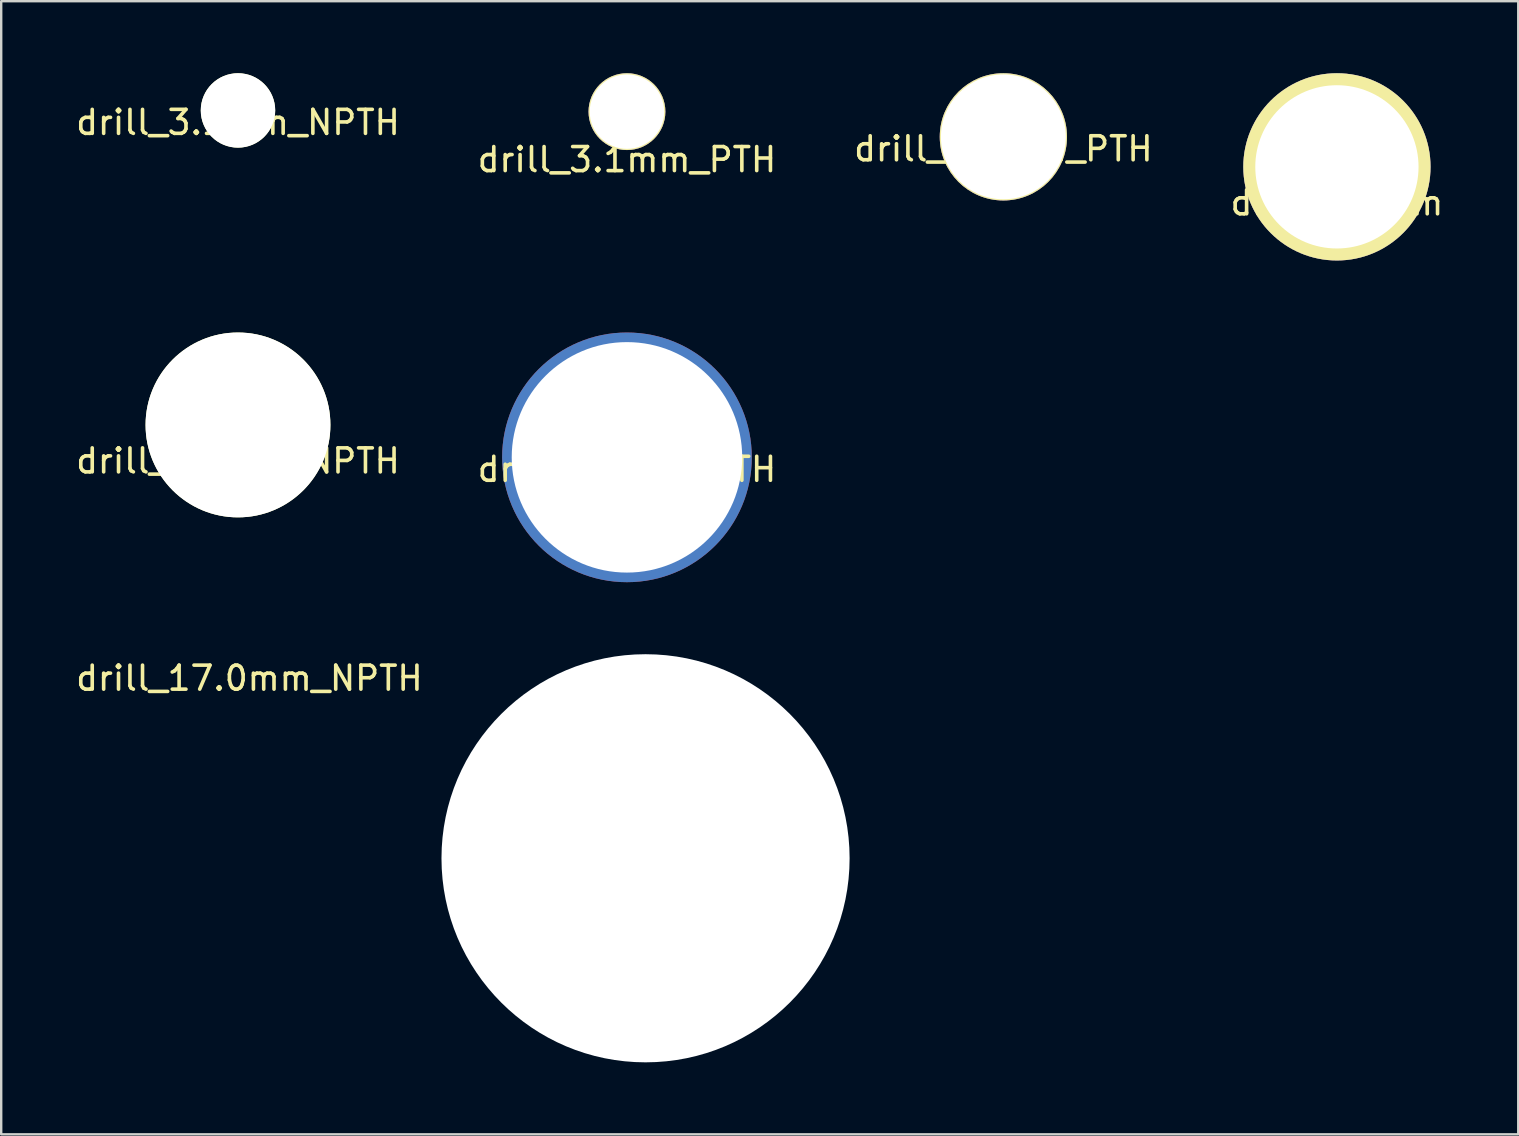
<source format=kicad_pcb>
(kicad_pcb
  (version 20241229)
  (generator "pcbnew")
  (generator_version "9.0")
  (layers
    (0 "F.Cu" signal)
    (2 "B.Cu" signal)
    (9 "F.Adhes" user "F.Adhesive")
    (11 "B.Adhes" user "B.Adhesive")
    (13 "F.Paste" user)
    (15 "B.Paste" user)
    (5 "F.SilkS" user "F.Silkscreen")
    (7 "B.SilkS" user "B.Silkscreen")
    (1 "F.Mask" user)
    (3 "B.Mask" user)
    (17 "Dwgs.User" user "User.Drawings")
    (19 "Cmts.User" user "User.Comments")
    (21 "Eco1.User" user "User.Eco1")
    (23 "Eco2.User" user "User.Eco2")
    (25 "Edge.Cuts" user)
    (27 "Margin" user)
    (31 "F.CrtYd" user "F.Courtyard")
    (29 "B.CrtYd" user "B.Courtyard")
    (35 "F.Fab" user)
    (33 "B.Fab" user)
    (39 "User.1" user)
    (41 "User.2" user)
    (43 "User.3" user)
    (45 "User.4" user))
  (footprint "drill_3.1mm_NPTH"
    (layer "F.Cu")
    (at 6.863 1.55)
    (property "Reference" "drill_3.1mm_NPTH" (at 0 0.5 0) (layer "F.SilkS") (effects (font (size 1 1) (thickness 0.15))))
    (attr through_hole)
    (pad "" np_thru_hole circle (at 0 0) (size 3.1 3.1) (drill 3.1) (layers "*.Cu" "*.Mask" "F.SilkS")))
  (footprint "drill_9.6mm_PTH"
    (layer "F.Cu")
    (at 23.065 16)
    (property "Reference" "drill_9.6mm_PTH" (at 0 0.5 0) (layer "F.SilkS") (effects (font (size 1 1) (thickness 0.15))))
    (attr through_hole)
    (pad "1" thru_hole circle (at 0 0) (size 10.4 10.4) (drill 9.6) (layers "*.Cu" "*.Mask")))
  (footprint "drill_6.8mm"
    (layer "F.Cu")
    (at 52.637 3.9)
    (property "Reference" "drill_6.8mm" (at 0 1.5 0) (layer "F.SilkS") (effects (font (size 1 1) (thickness 0.15))))
    (attr through_hole)
    (pad "1" thru_hole circle (at 0 0) (size 7.8 7.8) (drill 6.8) (layers "*.Cu" "*.Mask" "F.SilkS")))
  (footprint "drill_7.7mm_NPTH"
    (layer "F.Cu")
    (at 6.863 14.65)
    (property "Reference" "drill_7.7mm_NPTH" (at 0 1.5 0) (layer "F.SilkS") (effects (font (size 1 1) (thickness 0.15))))
    (attr through_hole)
    (pad "" np_thru_hole circle (at 0 0) (size 7.7 7.7) (drill 7.7) (layers "*.Cu" "*.Mask" "F.SilkS")))
  (footprint "drill_17.0mm_NPTH"
    (layer "F.Cu")
    (at 23.839 32.7)
    (property "Reference" "drill_17.0mm_NPTH" (at -16.5 -7.5 0) (layer "F.SilkS") (effects (font (size 1 1) (thickness 0.15))))
    (attr through_hole)
    (pad "" np_thru_hole circle (at 0 0) (size 17 17) (drill 17) (layers "*.Cu" "*.Mask")))
  (footprint "drill_5.2mm_PTH"
    (layer "F.Cu")
    (at 38.744 2.65)
    (property "Reference" "drill_5.2mm_PTH" (at 0 0.5 0) (layer "F.SilkS") (effects (font (size 1 1) (thickness 0.15))))
    (attr through_hole)
    (pad "1" thru_hole circle (at 0 0) (size 5.3 5.3) (drill 5.2) (layers "*.Cu" "*.Mask" "F.SilkS")))
  (footprint "drill_3.1mm_PTH"
    (layer "F.Cu")
    (at 23.065 1.6)
    (property "Reference" "drill_3.1mm_PTH" (at 0 2 0) (layer "F.SilkS") (effects (font (size 1 1) (thickness 0.15))))
    (attr through_hole)
    (pad "1" thru_hole circle (at 0 0) (size 3.2 3.2) (drill 3.1) (layers "*.Cu" "*.Mask" "F.SilkS")))
  (gr_rect
    (start -3 -3)
    (end 60.19 44.2)
    (stroke (width 0.1) (type default))
    (fill no)
    (layer "Edge.Cuts")))
</source>
